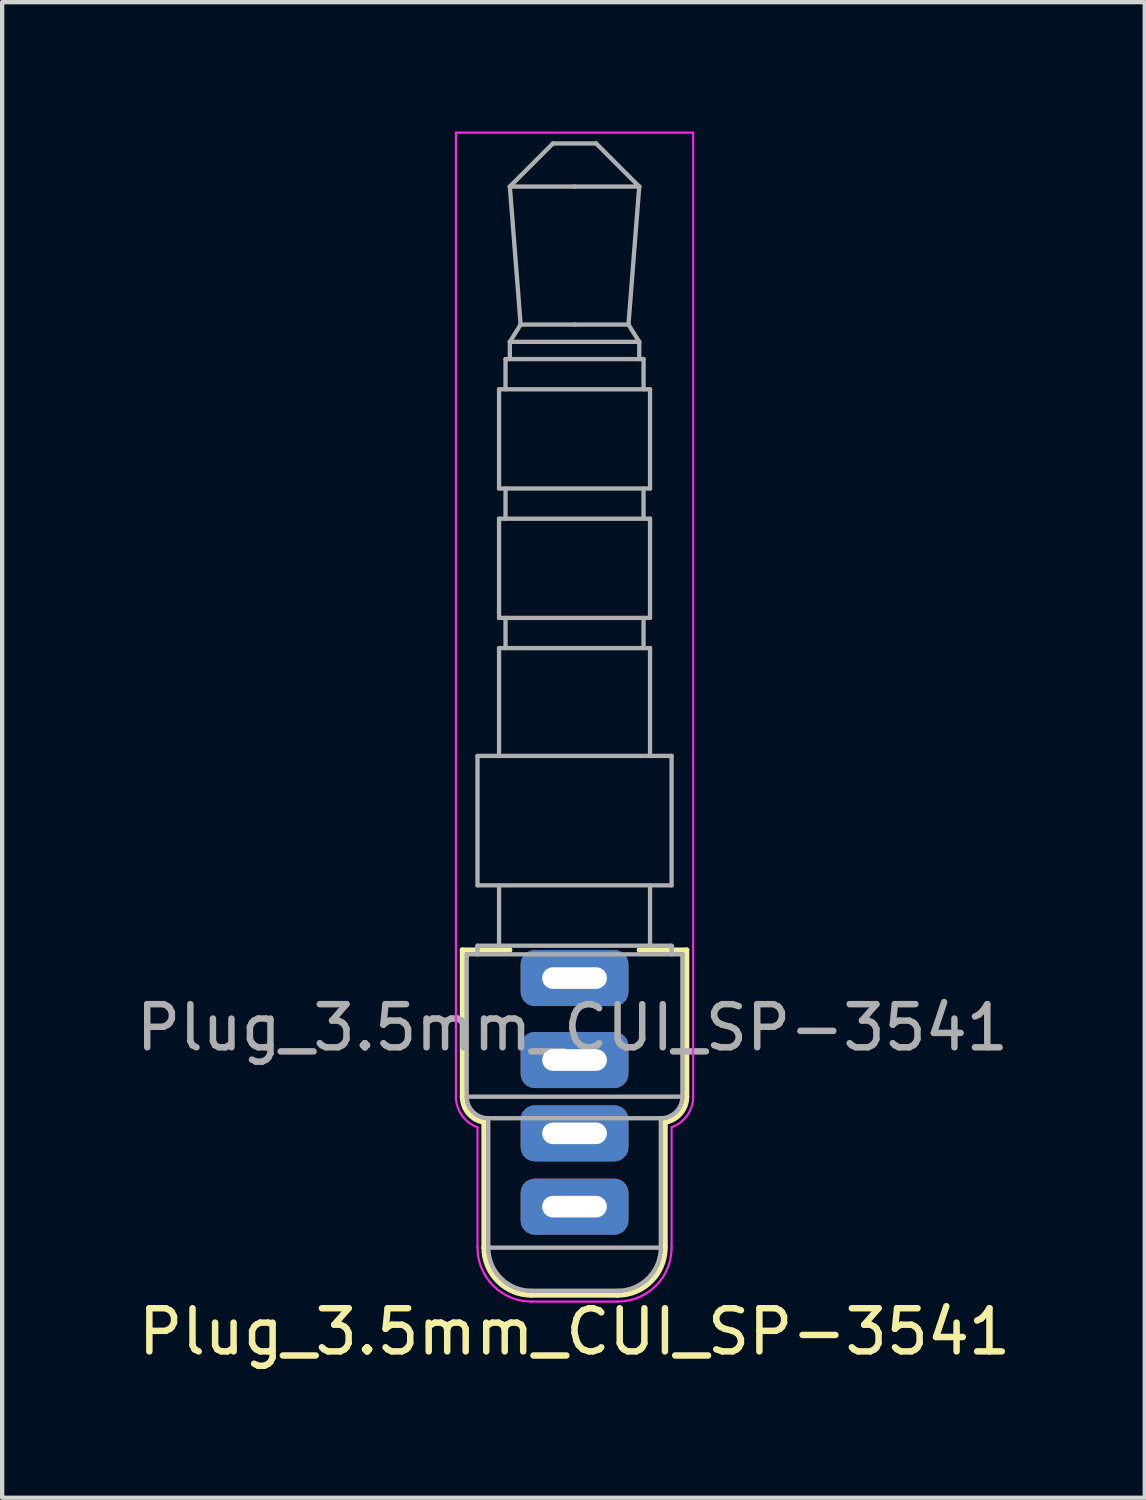
<source format=kicad_pcb>
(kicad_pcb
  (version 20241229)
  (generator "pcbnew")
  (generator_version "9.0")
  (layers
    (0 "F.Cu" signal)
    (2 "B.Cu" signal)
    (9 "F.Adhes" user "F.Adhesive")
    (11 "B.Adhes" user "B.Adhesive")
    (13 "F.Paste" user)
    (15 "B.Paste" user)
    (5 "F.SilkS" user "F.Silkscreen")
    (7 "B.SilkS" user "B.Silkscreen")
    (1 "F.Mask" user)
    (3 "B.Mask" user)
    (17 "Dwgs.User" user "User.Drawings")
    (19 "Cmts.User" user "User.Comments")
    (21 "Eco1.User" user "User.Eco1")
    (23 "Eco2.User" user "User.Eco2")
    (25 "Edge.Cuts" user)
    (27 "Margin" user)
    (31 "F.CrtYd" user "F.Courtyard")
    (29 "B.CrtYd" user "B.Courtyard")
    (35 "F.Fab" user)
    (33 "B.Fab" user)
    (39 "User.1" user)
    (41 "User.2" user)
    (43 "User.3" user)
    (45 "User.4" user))
  (footprint "Plug_3.5mm_CUI_SP-3541"
    (layer "F.Cu")
    (at 10.27 19.625)
    (property "Reference" "Plug_3.5mm_CUI_SP-3541" (at 0 8.2 0) (layer "F.SilkS") (effects (font (size 1 1) (thickness 0.15))))
    (attr through_hole)
    (fp_line (start -2.6 -0.65) (end -1.5 -0.65) (stroke (width 0.12) (type solid)) (layer "F.SilkS"))
    (fp_line (start -2.6 2.75) (end -2.6 -0.65) (stroke (width 0.12) (type solid)) (layer "F.SilkS"))
    (fp_line (start -2.1 6.25) (end -2.1 3.342) (stroke (width 0.12) (type solid)) (layer "F.SilkS"))
    (fp_line (start 1 7.35) (end -1 7.35) (stroke (width 0.12) (type solid)) (layer "F.SilkS"))
    (fp_line (start 1.5 -0.65) (end 2.6 -0.65) (stroke (width 0.12) (type solid)) (layer "F.SilkS"))
    (fp_line (start 2.1 3.342) (end 2.1 6.25) (stroke (width 0.12) (type solid)) (layer "F.SilkS"))
    (fp_line (start 2.6 -0.65) (end 2.6 2.75) (stroke (width 0.12) (type solid)) (layer "F.SilkS"))
    (fp_arc (start -2.1 3.341608) (mid -2.458258 3.137298) (end -2.6 2.75) (stroke (width 0.12) (type solid)) (layer "F.SilkS"))
    (fp_arc (start -1 7.35) (mid -1.777817 7.027817) (end -2.1 6.25) (stroke (width 0.12) (type solid)) (layer "F.SilkS"))
    (fp_arc (start 2.1 6.25) (mid 1.777817 7.027817) (end 1 7.35) (stroke (width 0.12) (type solid)) (layer "F.SilkS"))
    (fp_arc (start 2.6 2.75) (mid 2.458258 3.137298) (end 2.1 3.341608) (stroke (width 0.12) (type solid)) (layer "F.SilkS"))
    (fp_line (start -2.75 -19.6) (end 2.75 -19.6) (stroke (width 0.05) (type solid)) (layer "F.CrtYd"))
    (fp_line (start -2.75 2.75) (end -2.75 -19.6) (stroke (width 0.05) (type solid)) (layer "F.CrtYd"))
    (fp_line (start -2.25 6.25) (end -2.25 3.46) (stroke (width 0.05) (type solid)) (layer "F.CrtYd"))
    (fp_line (start 1 7.5) (end -1 7.5) (stroke (width 0.05) (type solid)) (layer "F.CrtYd"))
    (fp_line (start 2.25 3.46) (end 2.25 6.25) (stroke (width 0.05) (type solid)) (layer "F.CrtYd"))
    (fp_line (start 2.75 -19.6) (end 2.75 2.75) (stroke (width 0.05) (type solid)) (layer "F.CrtYd"))
    (fp_arc (start -2.25 3.457107) (mid -2.612373 3.183013) (end -2.75 2.75) (stroke (width 0.05) (type solid)) (layer "F.CrtYd"))
    (fp_arc (start -1 7.5) (mid -1.883883 7.133883) (end -2.25 6.25) (stroke (width 0.05) (type solid)) (layer "F.CrtYd"))
    (fp_arc (start 2.25 6.25) (mid 1.883883 7.133883) (end 1 7.5) (stroke (width 0.05) (type solid)) (layer "F.CrtYd"))
    (fp_arc (start 2.75 2.75) (mid 2.612481 3.182859) (end 2.250355 3.456981) (stroke (width 0.05) (type solid)) (layer "F.CrtYd"))
    (fp_line (start -2.5 -0.55) (end 2.5 -0.55) (stroke (width 0.1) (type solid)) (layer "F.Fab"))
    (fp_line (start -2.5 2.75) (end -2.5 -0.55) (stroke (width 0.1) (type solid)) (layer "F.Fab"))
    (fp_line (start -2.5 2.75) (end 2.5 2.75) (stroke (width 0.1) (type solid)) (layer "F.Fab"))
    (fp_line (start -2.25 -5.15) (end -2.25 -2.15) (stroke (width 0.1) (type solid)) (layer "F.Fab"))
    (fp_line (start -2.25 -0.75) (end -2.25 -0.55) (stroke (width 0.1) (type solid)) (layer "F.Fab"))
    (fp_line (start -2 3.25) (end 2 3.25) (stroke (width 0.1) (type solid)) (layer "F.Fab"))
    (fp_line (start -2 6.25) (end -2 3.25) (stroke (width 0.1) (type solid)) (layer "F.Fab"))
    (fp_line (start -2 6.25) (end 2 6.25) (stroke (width 0.1) (type solid)) (layer "F.Fab"))
    (fp_line (start -1.75 -13.65) (end -1.75 -11.35) (stroke (width 0.1) (type solid)) (layer "F.Fab"))
    (fp_line (start -1.75 -13.65) (end 1.75 -13.65) (stroke (width 0.1) (type solid)) (layer "F.Fab"))
    (fp_line (start -1.75 -11.35) (end 1.75 -11.35) (stroke (width 0.1) (type solid)) (layer "F.Fab"))
    (fp_line (start -1.75 -10.65) (end -1.75 -8.35) (stroke (width 0.1) (type solid)) (layer "F.Fab"))
    (fp_line (start -1.75 -10.65) (end 1.75 -10.65) (stroke (width 0.1) (type solid)) (layer "F.Fab"))
    (fp_line (start -1.75 -8.35) (end 1.75 -8.35) (stroke (width 0.1) (type solid)) (layer "F.Fab"))
    (fp_line (start -1.75 -7.65) (end -1.75 -5.15) (stroke (width 0.1) (type solid)) (layer "F.Fab"))
    (fp_line (start -1.75 -7.65) (end 1.75 -7.65) (stroke (width 0.1) (type solid)) (layer "F.Fab"))
    (fp_line (start -1.75 -2.15) (end -1.75 -0.75) (stroke (width 0.1) (type solid)) (layer "F.Fab"))
    (fp_line (start -1.6 -14.35) (end -1.6 -13.65) (stroke (width 0.1) (type solid)) (layer "F.Fab"))
    (fp_line (start -1.6 -14.35) (end 1.6 -14.35) (stroke (width 0.1) (type solid)) (layer "F.Fab"))
    (fp_line (start -1.6 -11.35) (end -1.6 -10.65) (stroke (width 0.1) (type solid)) (layer "F.Fab"))
    (fp_line (start -1.6 -8.35) (end -1.6 -7.65) (stroke (width 0.1) (type solid)) (layer "F.Fab"))
    (fp_line (start -1.5 -18.35) (end -1.25 -15.15) (stroke (width 0.1) (type solid)) (layer "F.Fab"))
    (fp_line (start -1.5 -14.75) (end -1.5 -14.35) (stroke (width 0.1) (type solid)) (layer "F.Fab"))
    (fp_line (start -1.5 -14.75) (end 1.5 -14.75) (stroke (width 0.1) (type solid)) (layer "F.Fab"))
    (fp_line (start -1.25 -15.15) (end -1.5 -14.75) (stroke (width 0.1) (type solid)) (layer "F.Fab"))
    (fp_line (start -0.5 -19.35) (end -1.5 -18.35) (stroke (width 0.1) (type solid)) (layer "F.Fab"))
    (fp_line (start 0 -18.35) (end -1.5 -18.35) (stroke (width 0.1) (type solid)) (layer "F.Fab"))
    (fp_line (start 0 -15.15) (end -1.25 -15.15) (stroke (width 0.1) (type solid)) (layer "F.Fab"))
    (fp_line (start 0.5 -19.35) (end -0.5 -19.35) (stroke (width 0.1) (type solid)) (layer "F.Fab"))
    (fp_line (start 1 7.25) (end -1 7.25) (stroke (width 0.1) (type solid)) (layer "F.Fab"))
    (fp_line (start 1.25 -15.15) (end 0 -15.15) (stroke (width 0.1) (type solid)) (layer "F.Fab"))
    (fp_line (start 1.25 -15.15) (end 1.5 -18.35) (stroke (width 0.1) (type solid)) (layer "F.Fab"))
    (fp_line (start 1.5 -18.35) (end 0 -18.35) (stroke (width 0.1) (type solid)) (layer "F.Fab"))
    (fp_line (start 1.5 -18.35) (end 0.5 -19.35) (stroke (width 0.1) (type solid)) (layer "F.Fab"))
    (fp_line (start 1.5 -14.75) (end 1.25 -15.15) (stroke (width 0.1) (type solid)) (layer "F.Fab"))
    (fp_line (start 1.5 -14.35) (end 1.5 -14.75) (stroke (width 0.1) (type solid)) (layer "F.Fab"))
    (fp_line (start 1.6 -13.65) (end 1.6 -14.35) (stroke (width 0.1) (type solid)) (layer "F.Fab"))
    (fp_line (start 1.6 -10.65) (end 1.6 -11.35) (stroke (width 0.1) (type solid)) (layer "F.Fab"))
    (fp_line (start 1.6 -7.65) (end 1.6 -8.35) (stroke (width 0.1) (type solid)) (layer "F.Fab"))
    (fp_line (start 1.75 -11.35) (end 1.75 -13.65) (stroke (width 0.1) (type solid)) (layer "F.Fab"))
    (fp_line (start 1.75 -8.35) (end 1.75 -10.65) (stroke (width 0.1) (type solid)) (layer "F.Fab"))
    (fp_line (start 1.75 -5.15) (end 1.75 -7.65) (stroke (width 0.1) (type solid)) (layer "F.Fab"))
    (fp_line (start 1.75 -0.75) (end 1.75 -2.15) (stroke (width 0.1) (type solid)) (layer "F.Fab"))
    (fp_line (start 2 3.25) (end 2 6.25) (stroke (width 0.1) (type solid)) (layer "F.Fab"))
    (fp_line (start 2.25 -5.15) (end -2.25 -5.15) (stroke (width 0.1) (type solid)) (layer "F.Fab"))
    (fp_line (start 2.25 -2.15) (end -2.25 -2.15) (stroke (width 0.1) (type solid)) (layer "F.Fab"))
    (fp_line (start 2.25 -2.15) (end 2.25 -5.15) (stroke (width 0.1) (type solid)) (layer "F.Fab"))
    (fp_line (start 2.25 -0.75) (end -2.25 -0.75) (stroke (width 0.1) (type solid)) (layer "F.Fab"))
    (fp_line (start 2.25 -0.55) (end 2.25 -0.75) (stroke (width 0.1) (type solid)) (layer "F.Fab"))
    (fp_line (start 2.5 -0.55) (end 2.5 2.75) (stroke (width 0.1) (type solid)) (layer "F.Fab"))
    (fp_arc (start -2 3.25) (mid -2.353553 3.103553) (end -2.5 2.75) (stroke (width 0.1) (type solid)) (layer "F.Fab"))
    (fp_arc (start -1 7.25) (mid -1.707107 6.957107) (end -2 6.25) (stroke (width 0.1) (type solid)) (layer "F.Fab"))
    (fp_arc (start 2 6.25) (mid 1.707107 6.957107) (end 1 7.25) (stroke (width 0.1) (type solid)) (layer "F.Fab"))
    (fp_arc (start 2.5 2.75) (mid 2.353553 3.103553) (end 2 3.25) (stroke (width 0.1) (type solid)) (layer "F.Fab"))
    (fp_text user "${REFERENCE}" (at -0.05 1.15 0) (layer "F.Fab") (effects (font (size 1 1) (thickness 0.15))))
    (pad "R1" thru_hole roundrect (at 0 3.6) (size 2.5 1.3) (drill oval 1.5 0.5) (layers "*.Cu" "*.Mask") (roundrect_rratio 0.25))
    (pad "R2" thru_hole roundrect (at 0 1.9) (size 2.5 1.3) (drill oval 1.5 0.5) (layers "*.Cu" "*.Mask") (roundrect_rratio 0.25))
    (pad "S" thru_hole roundrect (at 0 0) (size 2.5 1.3) (drill oval 1.5 0.5) (layers "*.Cu" "*.Mask") (roundrect_rratio 0.25))
    (pad "T" thru_hole roundrect (at 0 5.3) (size 2.5 1.3) (drill oval 1.5 0.5) (layers "*.Cu" "*.Mask") (roundrect_rratio 0.25)))
  (gr_rect
    (start -3 -3)
    (end 23.49 31.673)
    (stroke (width 0.1) (type default))
    (fill no)
    (layer "Edge.Cuts")))
</source>
